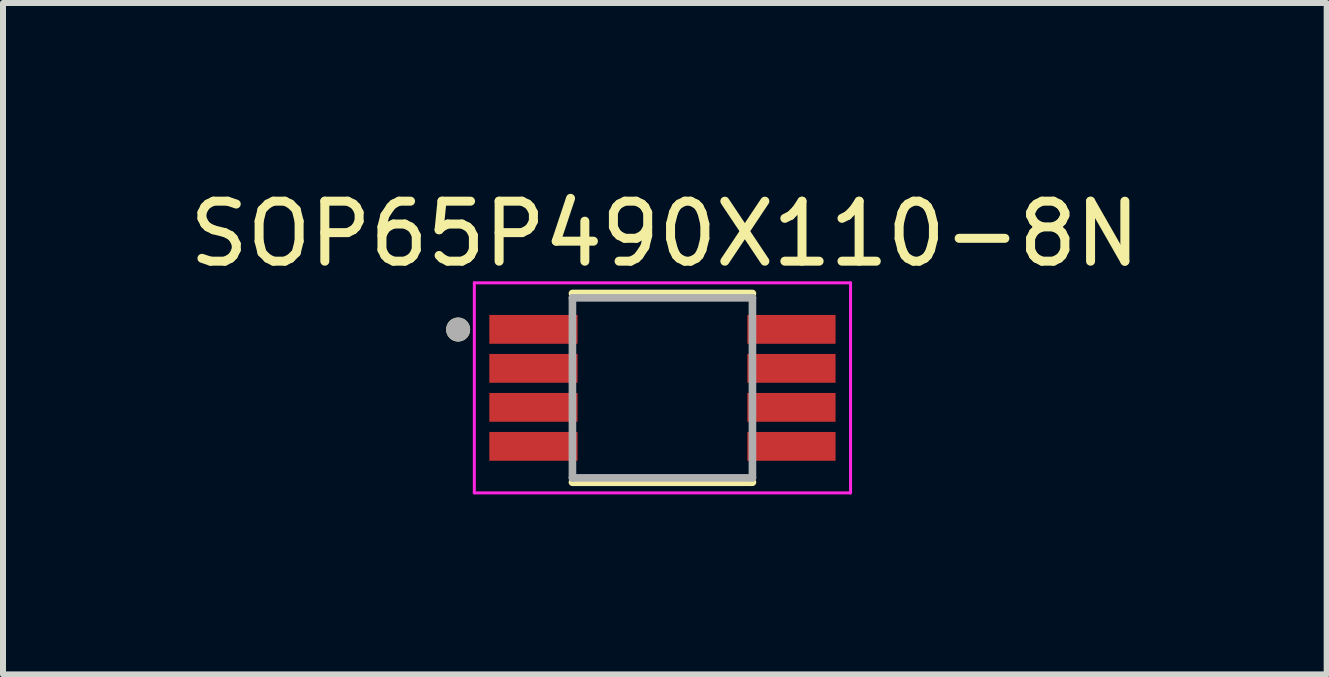
<source format=kicad_pcb>
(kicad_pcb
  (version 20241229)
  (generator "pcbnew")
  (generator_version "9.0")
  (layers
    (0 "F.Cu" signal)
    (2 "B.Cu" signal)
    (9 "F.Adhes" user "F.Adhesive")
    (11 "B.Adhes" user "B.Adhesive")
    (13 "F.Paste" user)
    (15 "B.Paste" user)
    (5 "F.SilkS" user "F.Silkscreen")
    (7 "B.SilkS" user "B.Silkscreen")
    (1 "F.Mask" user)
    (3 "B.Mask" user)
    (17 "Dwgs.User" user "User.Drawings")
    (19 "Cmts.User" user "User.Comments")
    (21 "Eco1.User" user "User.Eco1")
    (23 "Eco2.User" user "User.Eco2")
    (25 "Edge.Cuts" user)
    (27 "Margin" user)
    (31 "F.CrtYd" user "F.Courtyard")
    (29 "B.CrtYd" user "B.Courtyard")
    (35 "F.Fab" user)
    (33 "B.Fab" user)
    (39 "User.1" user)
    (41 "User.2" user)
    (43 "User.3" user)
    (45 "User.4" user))
  (footprint "SOP65P490X110-8N"
    (layer "F.Cu")
    (at 7.99 3.414)
    (property "Reference" "SOP65P490X110-8N" (at 0.04 -2.566 0) (layer "F.SilkS") (effects (font (size 1 1) (thickness 0.15))))
    (attr smd)
    (fp_line (start -1.5 -1.573) (end 1.5 -1.573) (stroke (width 0.127) (type solid)) (layer "F.SilkS"))
    (fp_line (start -1.5 1.573) (end 1.5 1.573) (stroke (width 0.127) (type solid)) (layer "F.SilkS"))
    (fp_circle (center -3.405 -0.972) (end -3.305 -0.972) (stroke (width 0.2) (type solid)) (fill no) (layer "F.SilkS"))
    (fp_line (start -3.135 -1.75) (end -3.135 1.75) (stroke (width 0.05) (type solid)) (layer "F.CrtYd"))
    (fp_line (start -3.135 -1.75) (end 3.135 -1.75) (stroke (width 0.05) (type solid)) (layer "F.CrtYd"))
    (fp_line (start -3.135 1.75) (end 3.135 1.75) (stroke (width 0.05) (type solid)) (layer "F.CrtYd"))
    (fp_line (start 3.135 -1.75) (end 3.135 1.75) (stroke (width 0.05) (type solid)) (layer "F.CrtYd"))
    (fp_line (start -1.5 -1.5) (end -1.5 1.5) (stroke (width 0.127) (type solid)) (layer "F.Fab"))
    (fp_line (start -1.5 -1.5) (end 1.5 -1.5) (stroke (width 0.127) (type solid)) (layer "F.Fab"))
    (fp_line (start -1.5 1.5) (end 1.5 1.5) (stroke (width 0.127) (type solid)) (layer "F.Fab"))
    (fp_line (start 1.5 -1.5) (end 1.5 1.5) (stroke (width 0.127) (type solid)) (layer "F.Fab"))
    (fp_circle (center -3.405 -0.972) (end -3.305 -0.972) (stroke (width 0.2) (type solid)) (fill no) (layer "F.Fab"))
    (pad "1" smd rect (at -2.15 -0.975) (size 1.47 0.48) (layers "F.Cu" "F.Mask" "F.Paste"))
    (pad "2" smd rect (at -2.15 -0.325) (size 1.47 0.48) (layers "F.Cu" "F.Mask" "F.Paste"))
    (pad "3" smd rect (at -2.15 0.325) (size 1.47 0.48) (layers "F.Cu" "F.Mask" "F.Paste"))
    (pad "4" smd rect (at -2.15 0.975) (size 1.47 0.48) (layers "F.Cu" "F.Mask" "F.Paste"))
    (pad "5" smd rect (at 2.15 0.975) (size 1.47 0.48) (layers "F.Cu" "F.Mask" "F.Paste"))
    (pad "6" smd rect (at 2.15 0.325) (size 1.47 0.48) (layers "F.Cu" "F.Mask" "F.Paste"))
    (pad "7" smd rect (at 2.15 -0.325) (size 1.47 0.48) (layers "F.Cu" "F.Mask" "F.Paste"))
    (pad "8" smd rect (at 2.15 -0.975) (size 1.47 0.48) (layers "F.Cu" "F.Mask" "F.Paste")))
  (gr_rect
    (start -3 -3)
    (end 19.06 8.189)
    (stroke (width 0.1) (type default))
    (fill no)
    (layer "Edge.Cuts")))
</source>
